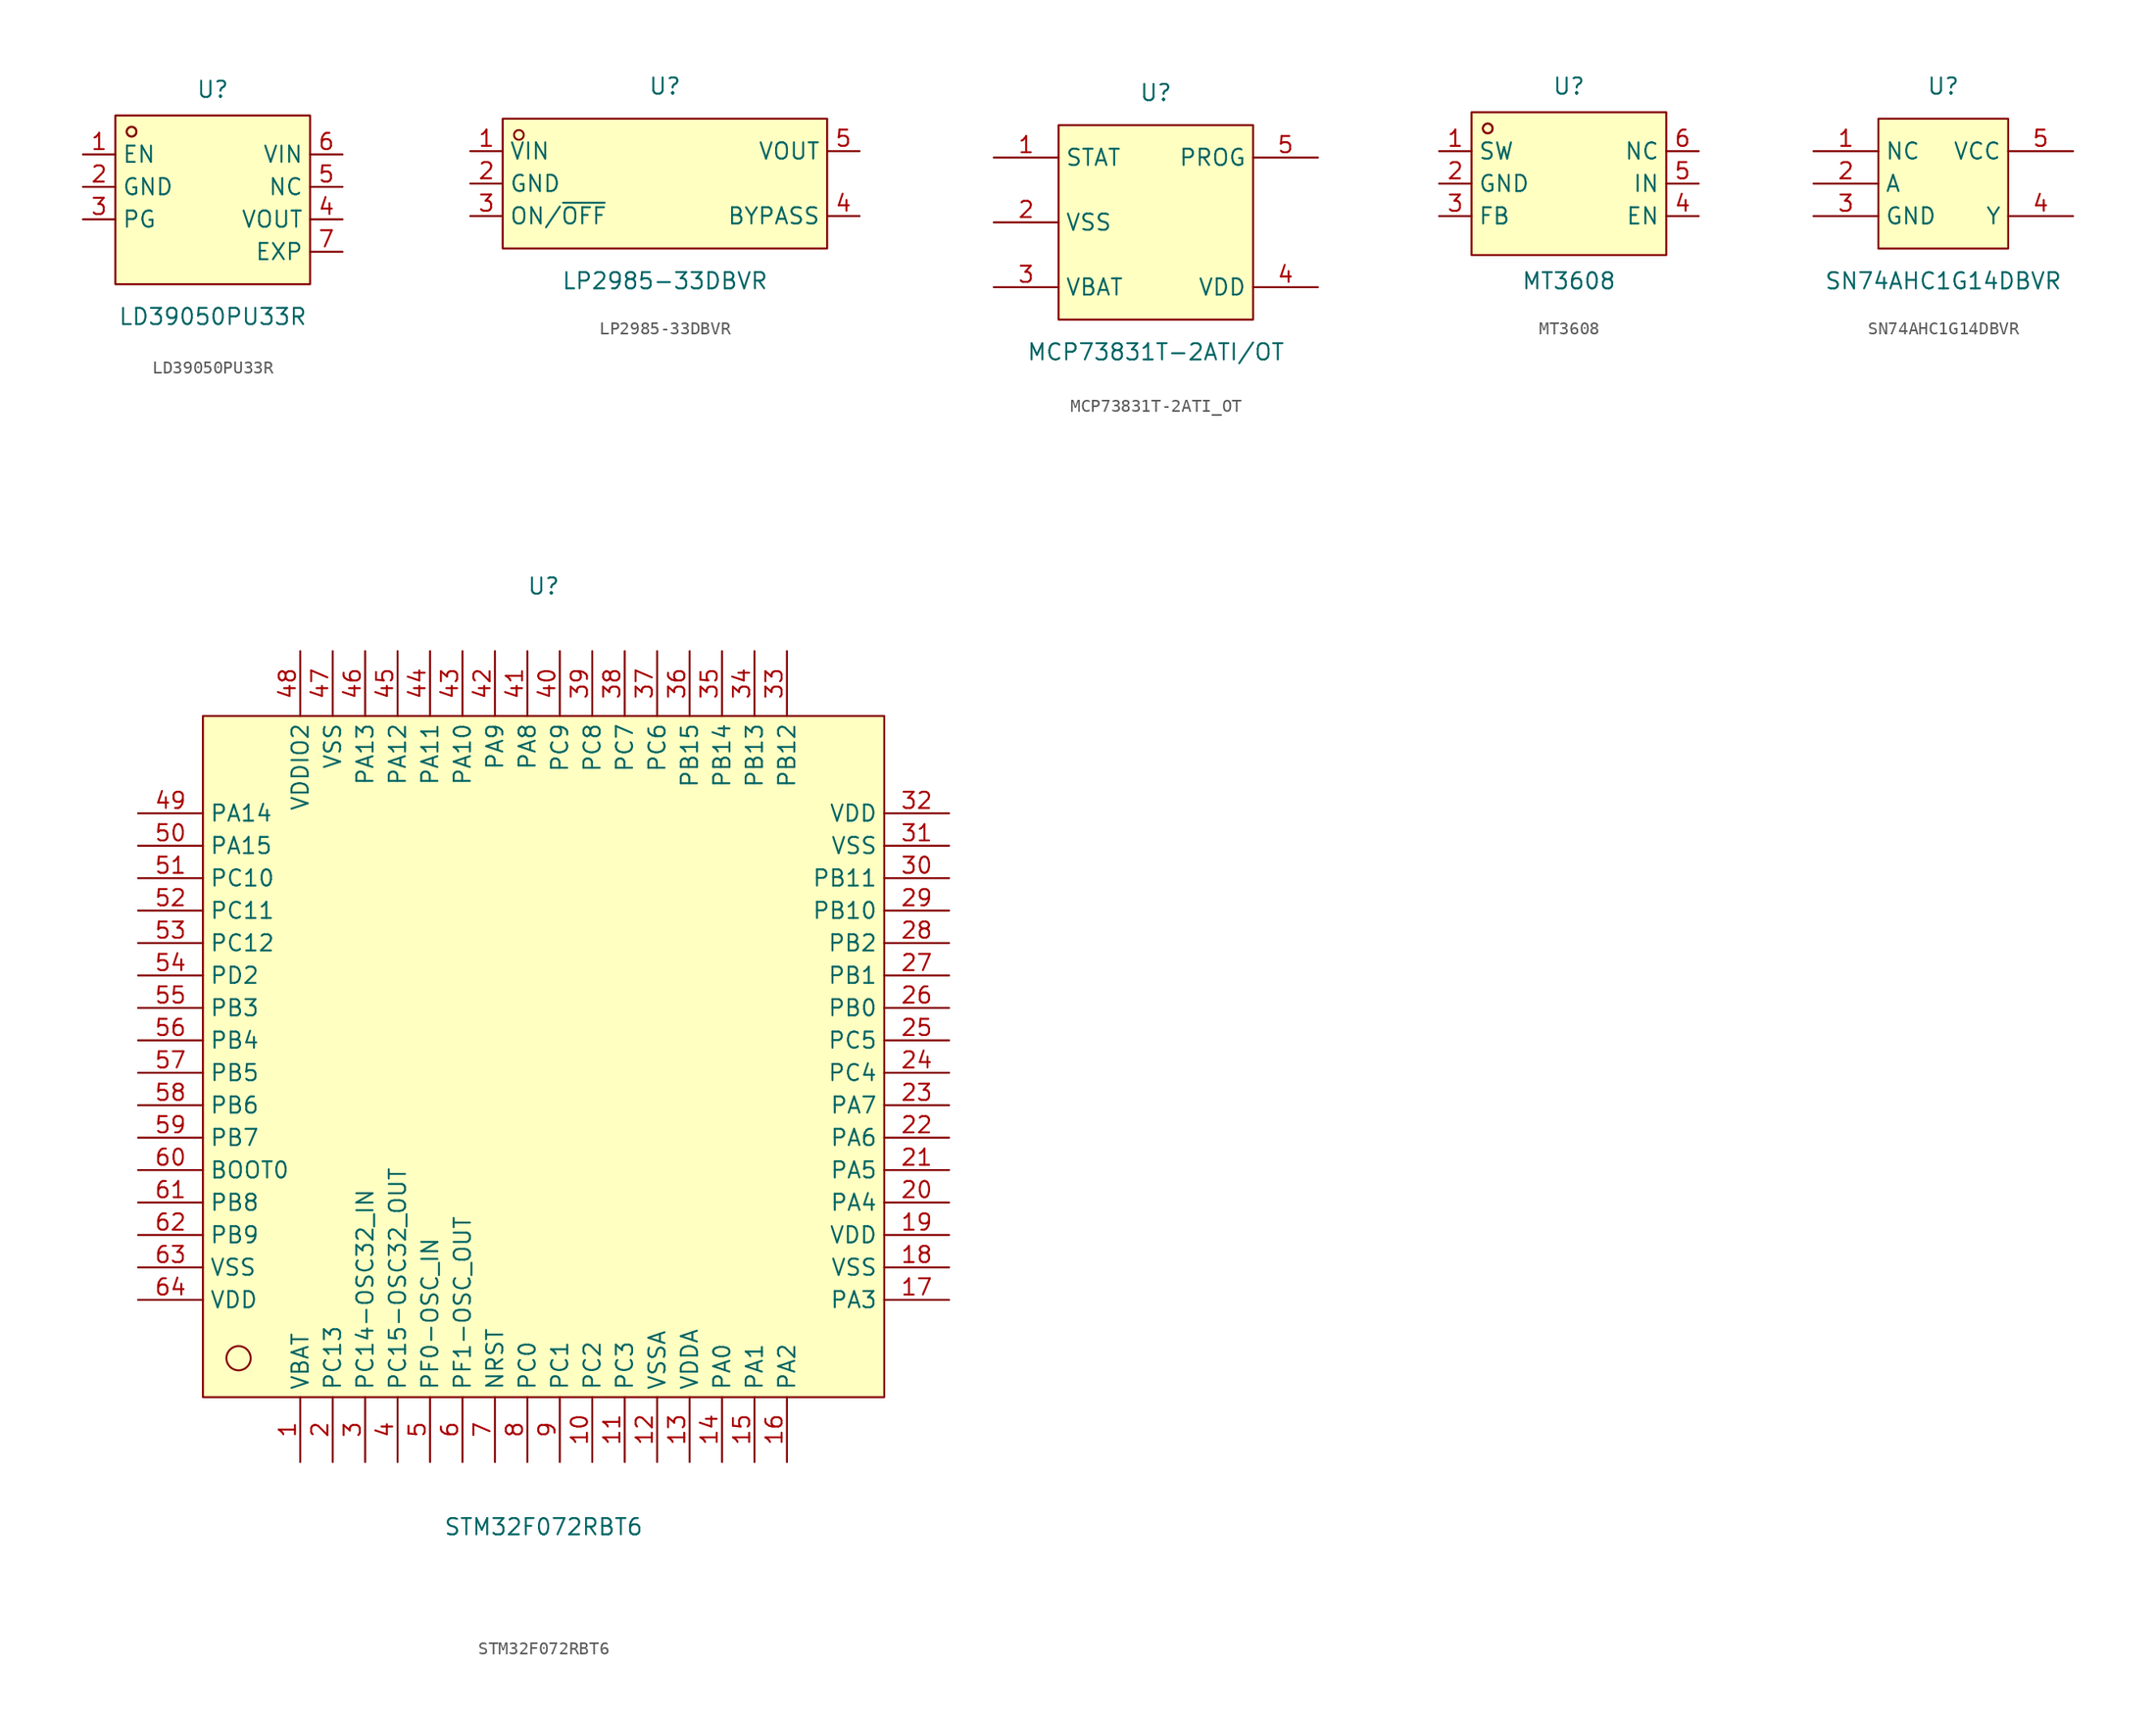
<source format=kicad_sym>
(kicad_symbol_lib
  (version 20211014)
  (generator https://github.com/uPesy/easyeda2kicad.py)
  (symbol "LD39050PU33R"
    (property "Reference" "U"
      (at 0 8.89 0)
      (effects (font (size 1.27 1.27))))
    (property "Value" "LD39050PU33R"
      (at 0 -8.89 0)
      (effects (font (size 1.27 1.27))))
    (symbol "LD39050PU33R_0_1"
      (rectangle (start -7.62 6.86) (end 7.62 -6.35) (stroke (width 0) (type default) (color 0 0 0 0)) (fill (type background)))
      (circle (center -6.35 5.59) (radius 0.38) (stroke (width 0) (type default) (color 0 0 0 0)) (fill (type none)))
      (circle (center -6.35 5.59) (radius 0.38) (stroke (width 0) (type default) (color 0 0 0 0)) (fill (type none)))
      (pin unspecified line (at -10.16 3.81 0) (length 2.54) (name "EN" (effects (font (size 1.27 1.27)))) (number "1" (effects (font (size 1.27 1.27)))))
      (pin unspecified line (at -10.16 1.27 0) (length 2.54) (name "GND" (effects (font (size 1.27 1.27)))) (number "2" (effects (font (size 1.27 1.27)))))
      (pin unspecified line (at -10.16 -1.27 0) (length 2.54) (name "PG" (effects (font (size 1.27 1.27)))) (number "3" (effects (font (size 1.27 1.27)))))
      (pin unspecified line (at 10.16 -1.27 180) (length 2.54) (name "VOUT" (effects (font (size 1.27 1.27)))) (number "4" (effects (font (size 1.27 1.27)))))
      (pin unspecified line (at 10.16 1.27 180) (length 2.54) (name "NC" (effects (font (size 1.27 1.27)))) (number "5" (effects (font (size 1.27 1.27)))))
      (pin unspecified line (at 10.16 3.81 180) (length 2.54) (name "VIN" (effects (font (size 1.27 1.27)))) (number "6" (effects (font (size 1.27 1.27)))))
      (pin unspecified line (at 10.16 -3.81 180) (length 2.54) (name "EXP" (effects (font (size 1.27 1.27)))) (number "7" (effects (font (size 1.27 1.27)))))))
  (symbol "LP2985-33DBVR"
    (property "Reference" "U"
      (at 0 7.62 0)
      (effects (font (size 1.27 1.27))))
    (property "Value" "LP2985-33DBVR"
      (at 0 -7.62 0)
      (effects (font (size 1.27 1.27))))
    (symbol "LP2985-33DBVR_0_1"
      (rectangle (start -12.70 5.08) (end 12.70 -5.08) (stroke (width 0) (type default) (color 0 0 0 0)) (fill (type background)))
      (circle (center -11.43 3.81) (radius 0.38) (stroke (width 0) (type default) (color 0 0 0 0)) (fill (type none)))
      (pin unspecified line (at -15.24 2.54 0) (length 2.54) (name "VIN" (effects (font (size 1.27 1.27)))) (number "1" (effects (font (size 1.27 1.27)))))
      (pin unspecified line (at -15.24 -0.00 0) (length 2.54) (name "GND" (effects (font (size 1.27 1.27)))) (number "2" (effects (font (size 1.27 1.27)))))
      (pin unspecified line (at -15.24 -2.54 0) (length 2.54) (name "ON/~{OFF}" (effects (font (size 1.27 1.27)))) (number "3" (effects (font (size 1.27 1.27)))))
      (pin unspecified line (at 15.24 -2.54 180) (length 2.54) (name "BYPASS" (effects (font (size 1.27 1.27)))) (number "4" (effects (font (size 1.27 1.27)))))
      (pin unspecified line (at 15.24 2.54 180) (length 2.54) (name "VOUT" (effects (font (size 1.27 1.27)))) (number "5" (effects (font (size 1.27 1.27)))))))
  (symbol "MCP73831T-2ATI_OT"
    (property "Reference" "U"
      (at 0 10.16 0)
      (effects (font (size 1.27 1.27))))
    (property "Value" "MCP73831T-2ATI/OT"
      (at 0 -10.16 0)
      (effects (font (size 1.27 1.27))))
    (symbol "MCP73831T-2ATI_OT_0_1"
      (rectangle (start -7.62 7.62) (end 7.62 -7.62) (stroke (width 0) (type default) (color 0 0 0 0)) (fill (type background)))
      (pin unspecified line (at -12.70 5.08 0) (length 5.08) (name "STAT" (effects (font (size 1.27 1.27)))) (number "1" (effects (font (size 1.27 1.27)))))
      (pin unspecified line (at -12.70 -0.00 0) (length 5.08) (name "VSS" (effects (font (size 1.27 1.27)))) (number "2" (effects (font (size 1.27 1.27)))))
      (pin unspecified line (at -12.70 -5.08 0) (length 5.08) (name "VBAT" (effects (font (size 1.27 1.27)))) (number "3" (effects (font (size 1.27 1.27)))))
      (pin unspecified line (at 12.70 -5.08 180) (length 5.08) (name "VDD" (effects (font (size 1.27 1.27)))) (number "4" (effects (font (size 1.27 1.27)))))
      (pin unspecified line (at 12.70 5.08 180) (length 5.08) (name "PROG" (effects (font (size 1.27 1.27)))) (number "5" (effects (font (size 1.27 1.27)))))))
  (symbol "MT3608"
    (property "Reference" "U"
      (at 0 7.62 0)
      (effects (font (size 1.27 1.27))))
    (property "Value" "MT3608"
      (at 0 -7.62 0)
      (effects (font (size 1.27 1.27))))
    (symbol "MT3608_0_1"
      (rectangle (start -7.62 5.59) (end 7.62 -5.59) (stroke (width 0) (type default) (color 0 0 0 0)) (fill (type background)))
      (circle (center -6.35 4.32) (radius 0.38) (stroke (width 0) (type default) (color 0 0 0 0)) (fill (type none)))
      (circle (center -6.35 4.32) (radius 0.38) (stroke (width 0) (type default) (color 0 0 0 0)) (fill (type none)))
      (pin unspecified line (at -10.16 2.54 0) (length 2.54) (name "SW" (effects (font (size 1.27 1.27)))) (number "1" (effects (font (size 1.27 1.27)))))
      (pin unspecified line (at -10.16 -0.00 0) (length 2.54) (name "GND" (effects (font (size 1.27 1.27)))) (number "2" (effects (font (size 1.27 1.27)))))
      (pin unspecified line (at -10.16 -2.54 0) (length 2.54) (name "FB" (effects (font (size 1.27 1.27)))) (number "3" (effects (font (size 1.27 1.27)))))
      (pin unspecified line (at 10.16 -2.54 180) (length 2.54) (name "EN" (effects (font (size 1.27 1.27)))) (number "4" (effects (font (size 1.27 1.27)))))
      (pin unspecified line (at 10.16 -0.00 180) (length 2.54) (name "IN" (effects (font (size 1.27 1.27)))) (number "5" (effects (font (size 1.27 1.27)))))
      (pin unspecified line (at 10.16 2.54 180) (length 2.54) (name "NC" (effects (font (size 1.27 1.27)))) (number "6" (effects (font (size 1.27 1.27)))))))
  (symbol "SN74AHC1G14DBVR"
    (property "Reference" "U"
      (at 0 7.62 0)
      (effects (font (size 1.27 1.27))))
    (property "Value" "SN74AHC1G14DBVR"
      (at 0 -7.62 0)
      (effects (font (size 1.27 1.27))))
    (symbol "SN74AHC1G14DBVR_0_1"
      (rectangle (start -5.08 5.08) (end 5.08 -5.08) (stroke (width 0) (type default) (color 0 0 0 0)) (fill (type background)))
      (pin unspecified line (at -10.16 2.54 0) (length 5.08) (name "NC" (effects (font (size 1.27 1.27)))) (number "1" (effects (font (size 1.27 1.27)))))
      (pin unspecified line (at -10.16 -0.00 0) (length 5.08) (name "A" (effects (font (size 1.27 1.27)))) (number "2" (effects (font (size 1.27 1.27)))))
      (pin unspecified line (at -10.16 -2.54 0) (length 5.08) (name "GND" (effects (font (size 1.27 1.27)))) (number "3" (effects (font (size 1.27 1.27)))))
      (pin unspecified line (at 10.16 -2.54 180) (length 5.08) (name "Y" (effects (font (size 1.27 1.27)))) (number "4" (effects (font (size 1.27 1.27)))))
      (pin unspecified line (at 10.16 2.54 180) (length 5.08) (name "VCC" (effects (font (size 1.27 1.27)))) (number "5" (effects (font (size 1.27 1.27)))))))
  (symbol "STM32F072RBT6"
    (property "Reference" "U"
      (at 0 36.83 0)
      (effects (font (size 1.27 1.27))))
    (property "Value" "STM32F072RBT6"
      (at 0 -36.83 0)
      (effects (font (size 1.27 1.27))))
    (symbol "STM32F072RBT6_0_1"
      (rectangle (start -26.67 26.67) (end 26.67 -26.67) (stroke (width 0) (type default) (color 0 0 0 0)) (fill (type background)))
      (circle (center -23.88 -23.62) (radius 0.95) (stroke (width 0) (type default) (color 0 0 0 0)) (fill (type none)))
      (pin unspecified line (at -31.75 19.05 0) (length 5.08) (name "PA14" (effects (font (size 1.27 1.27)))) (number "49" (effects (font (size 1.27 1.27)))))
      (pin unspecified line (at -31.75 16.51 0) (length 5.08) (name "PA15" (effects (font (size 1.27 1.27)))) (number "50" (effects (font (size 1.27 1.27)))))
      (pin unspecified line (at -31.75 13.97 0) (length 5.08) (name "PC10" (effects (font (size 1.27 1.27)))) (number "51" (effects (font (size 1.27 1.27)))))
      (pin unspecified line (at -31.75 11.43 0) (length 5.08) (name "PC11" (effects (font (size 1.27 1.27)))) (number "52" (effects (font (size 1.27 1.27)))))
      (pin unspecified line (at -31.75 8.89 0) (length 5.08) (name "PC12" (effects (font (size 1.27 1.27)))) (number "53" (effects (font (size 1.27 1.27)))))
      (pin unspecified line (at -31.75 6.35 0) (length 5.08) (name "PD2" (effects (font (size 1.27 1.27)))) (number "54" (effects (font (size 1.27 1.27)))))
      (pin unspecified line (at -31.75 3.81 0) (length 5.08) (name "PB3" (effects (font (size 1.27 1.27)))) (number "55" (effects (font (size 1.27 1.27)))))
      (pin unspecified line (at -31.75 1.27 0) (length 5.08) (name "PB4" (effects (font (size 1.27 1.27)))) (number "56" (effects (font (size 1.27 1.27)))))
      (pin unspecified line (at -31.75 -1.27 0) (length 5.08) (name "PB5" (effects (font (size 1.27 1.27)))) (number "57" (effects (font (size 1.27 1.27)))))
      (pin unspecified line (at -31.75 -3.81 0) (length 5.08) (name "PB6" (effects (font (size 1.27 1.27)))) (number "58" (effects (font (size 1.27 1.27)))))
      (pin unspecified line (at -31.75 -6.35 0) (length 5.08) (name "PB7" (effects (font (size 1.27 1.27)))) (number "59" (effects (font (size 1.27 1.27)))))
      (pin unspecified line (at -31.75 -8.89 0) (length 5.08) (name "BOOT0" (effects (font (size 1.27 1.27)))) (number "60" (effects (font (size 1.27 1.27)))))
      (pin unspecified line (at -31.75 -11.43 0) (length 5.08) (name "PB8" (effects (font (size 1.27 1.27)))) (number "61" (effects (font (size 1.27 1.27)))))
      (pin unspecified line (at -31.75 -13.97 0) (length 5.08) (name "PB9" (effects (font (size 1.27 1.27)))) (number "62" (effects (font (size 1.27 1.27)))))
      (pin unspecified line (at -31.75 -16.51 0) (length 5.08) (name "VSS" (effects (font (size 1.27 1.27)))) (number "63" (effects (font (size 1.27 1.27)))))
      (pin unspecified line (at -31.75 -19.05 0) (length 5.08) (name "VDD" (effects (font (size 1.27 1.27)))) (number "64" (effects (font (size 1.27 1.27)))))
      (pin unspecified line (at 19.05 31.75 270) (length 5.08) (name "PB12" (effects (font (size 1.27 1.27)))) (number "33" (effects (font (size 1.27 1.27)))))
      (pin unspecified line (at 16.51 31.75 270) (length 5.08) (name "PB13" (effects (font (size 1.27 1.27)))) (number "34" (effects (font (size 1.27 1.27)))))
      (pin unspecified line (at 13.97 31.75 270) (length 5.08) (name "PB14" (effects (font (size 1.27 1.27)))) (number "35" (effects (font (size 1.27 1.27)))))
      (pin unspecified line (at 11.43 31.75 270) (length 5.08) (name "PB15" (effects (font (size 1.27 1.27)))) (number "36" (effects (font (size 1.27 1.27)))))
      (pin unspecified line (at 8.89 31.75 270) (length 5.08) (name "PC6" (effects (font (size 1.27 1.27)))) (number "37" (effects (font (size 1.27 1.27)))))
      (pin unspecified line (at 6.35 31.75 270) (length 5.08) (name "PC7" (effects (font (size 1.27 1.27)))) (number "38" (effects (font (size 1.27 1.27)))))
      (pin unspecified line (at 3.81 31.75 270) (length 5.08) (name "PC8" (effects (font (size 1.27 1.27)))) (number "39" (effects (font (size 1.27 1.27)))))
      (pin unspecified line (at 1.27 31.75 270) (length 5.08) (name "PC9" (effects (font (size 1.27 1.27)))) (number "40" (effects (font (size 1.27 1.27)))))
      (pin unspecified line (at -1.27 31.75 270) (length 5.08) (name "PA8" (effects (font (size 1.27 1.27)))) (number "41" (effects (font (size 1.27 1.27)))))
      (pin unspecified line (at -3.81 31.75 270) (length 5.08) (name "PA9" (effects (font (size 1.27 1.27)))) (number "42" (effects (font (size 1.27 1.27)))))
      (pin unspecified line (at -6.35 31.75 270) (length 5.08) (name "PA10" (effects (font (size 1.27 1.27)))) (number "43" (effects (font (size 1.27 1.27)))))
      (pin unspecified line (at -8.89 31.75 270) (length 5.08) (name "PA11" (effects (font (size 1.27 1.27)))) (number "44" (effects (font (size 1.27 1.27)))))
      (pin unspecified line (at -11.43 31.75 270) (length 5.08) (name "PA12" (effects (font (size 1.27 1.27)))) (number "45" (effects (font (size 1.27 1.27)))))
      (pin unspecified line (at -13.97 31.75 270) (length 5.08) (name "PA13" (effects (font (size 1.27 1.27)))) (number "46" (effects (font (size 1.27 1.27)))))
      (pin unspecified line (at -16.51 31.75 270) (length 5.08) (name "VSS" (effects (font (size 1.27 1.27)))) (number "47" (effects (font (size 1.27 1.27)))))
      (pin unspecified line (at -19.05 31.75 270) (length 5.08) (name "VDDIO2" (effects (font (size 1.27 1.27)))) (number "48" (effects (font (size 1.27 1.27)))))
      (pin unspecified line (at 31.75 -19.05 180) (length 5.08) (name "PA3" (effects (font (size 1.27 1.27)))) (number "17" (effects (font (size 1.27 1.27)))))
      (pin unspecified line (at 31.75 -16.51 180) (length 5.08) (name "VSS" (effects (font (size 1.27 1.27)))) (number "18" (effects (font (size 1.27 1.27)))))
      (pin unspecified line (at 31.75 -13.97 180) (length 5.08) (name "VDD" (effects (font (size 1.27 1.27)))) (number "19" (effects (font (size 1.27 1.27)))))
      (pin unspecified line (at 31.75 -11.43 180) (length 5.08) (name "PA4" (effects (font (size 1.27 1.27)))) (number "20" (effects (font (size 1.27 1.27)))))
      (pin unspecified line (at 31.75 -8.89 180) (length 5.08) (name "PA5" (effects (font (size 1.27 1.27)))) (number "21" (effects (font (size 1.27 1.27)))))
      (pin unspecified line (at 31.75 -6.35 180) (length 5.08) (name "PA6" (effects (font (size 1.27 1.27)))) (number "22" (effects (font (size 1.27 1.27)))))
      (pin unspecified line (at 31.75 -3.81 180) (length 5.08) (name "PA7" (effects (font (size 1.27 1.27)))) (number "23" (effects (font (size 1.27 1.27)))))
      (pin unspecified line (at 31.75 -1.27 180) (length 5.08) (name "PC4" (effects (font (size 1.27 1.27)))) (number "24" (effects (font (size 1.27 1.27)))))
      (pin unspecified line (at 31.75 1.27 180) (length 5.08) (name "PC5" (effects (font (size 1.27 1.27)))) (number "25" (effects (font (size 1.27 1.27)))))
      (pin unspecified line (at 31.75 3.81 180) (length 5.08) (name "PB0" (effects (font (size 1.27 1.27)))) (number "26" (effects (font (size 1.27 1.27)))))
      (pin unspecified line (at 31.75 6.35 180) (length 5.08) (name "PB1" (effects (font (size 1.27 1.27)))) (number "27" (effects (font (size 1.27 1.27)))))
      (pin unspecified line (at 31.75 8.89 180) (length 5.08) (name "PB2" (effects (font (size 1.27 1.27)))) (number "28" (effects (font (size 1.27 1.27)))))
      (pin unspecified line (at 31.75 11.43 180) (length 5.08) (name "PB10" (effects (font (size 1.27 1.27)))) (number "29" (effects (font (size 1.27 1.27)))))
      (pin unspecified line (at 31.75 13.97 180) (length 5.08) (name "PB11" (effects (font (size 1.27 1.27)))) (number "30" (effects (font (size 1.27 1.27)))))
      (pin unspecified line (at 31.75 16.51 180) (length 5.08) (name "VSS" (effects (font (size 1.27 1.27)))) (number "31" (effects (font (size 1.27 1.27)))))
      (pin unspecified line (at 31.75 19.05 180) (length 5.08) (name "VDD" (effects (font (size 1.27 1.27)))) (number "32" (effects (font (size 1.27 1.27)))))
      (pin unspecified line (at -19.05 -31.75 90) (length 5.08) (name "VBAT" (effects (font (size 1.27 1.27)))) (number "1" (effects (font (size 1.27 1.27)))))
      (pin unspecified line (at -16.51 -31.75 90) (length 5.08) (name "PC13" (effects (font (size 1.27 1.27)))) (number "2" (effects (font (size 1.27 1.27)))))
      (pin unspecified line (at -13.97 -31.75 90) (length 5.08) (name "PC14-OSC32_IN" (effects (font (size 1.27 1.27)))) (number "3" (effects (font (size 1.27 1.27)))))
      (pin unspecified line (at -11.43 -31.75 90) (length 5.08) (name "PC15-OSC32_OUT" (effects (font (size 1.27 1.27)))) (number "4" (effects (font (size 1.27 1.27)))))
      (pin unspecified line (at -8.89 -31.75 90) (length 5.08) (name "PF0-OSC_IN" (effects (font (size 1.27 1.27)))) (number "5" (effects (font (size 1.27 1.27)))))
      (pin unspecified line (at -6.35 -31.75 90) (length 5.08) (name "PF1-OSC_OUT" (effects (font (size 1.27 1.27)))) (number "6" (effects (font (size 1.27 1.27)))))
      (pin unspecified line (at -3.81 -31.75 90) (length 5.08) (name "NRST" (effects (font (size 1.27 1.27)))) (number "7" (effects (font (size 1.27 1.27)))))
      (pin unspecified line (at -1.27 -31.75 90) (length 5.08) (name "PC0" (effects (font (size 1.27 1.27)))) (number "8" (effects (font (size 1.27 1.27)))))
      (pin unspecified line (at 1.27 -31.75 90) (length 5.08) (name "PC1" (effects (font (size 1.27 1.27)))) (number "9" (effects (font (size 1.27 1.27)))))
      (pin unspecified line (at 3.81 -31.75 90) (length 5.08) (name "PC2" (effects (font (size 1.27 1.27)))) (number "10" (effects (font (size 1.27 1.27)))))
      (pin unspecified line (at 6.35 -31.75 90) (length 5.08) (name "PC3" (effects (font (size 1.27 1.27)))) (number "11" (effects (font (size 1.27 1.27)))))
      (pin unspecified line (at 8.89 -31.75 90) (length 5.08) (name "VSSA" (effects (font (size 1.27 1.27)))) (number "12" (effects (font (size 1.27 1.27)))))
      (pin unspecified line (at 11.43 -31.75 90) (length 5.08) (name "VDDA" (effects (font (size 1.27 1.27)))) (number "13" (effects (font (size 1.27 1.27)))))
      (pin unspecified line (at 13.97 -31.75 90) (length 5.08) (name "PA0" (effects (font (size 1.27 1.27)))) (number "14" (effects (font (size 1.27 1.27)))))
      (pin unspecified line (at 16.51 -31.75 90) (length 5.08) (name "PA1" (effects (font (size 1.27 1.27)))) (number "15" (effects (font (size 1.27 1.27)))))
      (pin unspecified line (at 19.05 -31.75 90) (length 5.08) (name "PA2" (effects (font (size 1.27 1.27)))) (number "16" (effects (font (size 1.27 1.27))))))))
</source>
